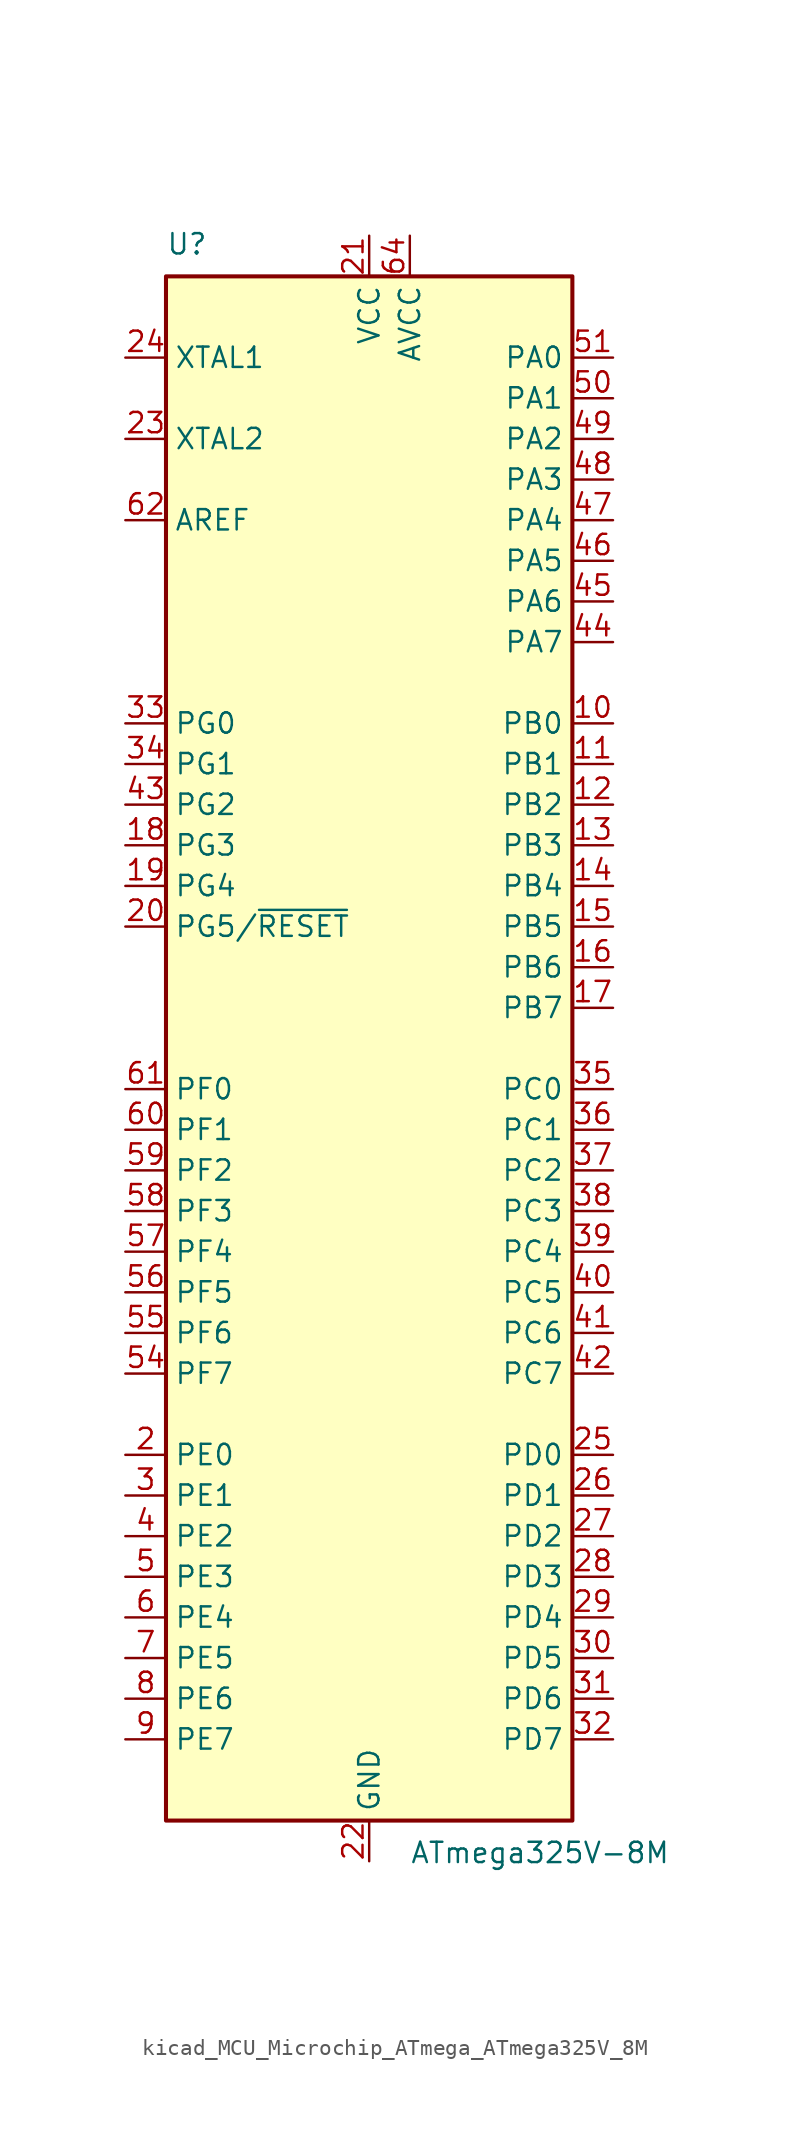
<source format=kicad_sym>
(kicad_symbol_lib
  (version 20220914)
  (generator kicad_symbol_editor)
  (symbol "kicad_MCU_Microchip_ATmega_ATmega325V_8M"
    (property "Reference" "U"
      (at -12.7 49.53 0)
      (effects (font (size 1.27 1.27)) (justify left bottom)))
    (property "Value" "ATmega325V-8M"
      (at 2.54 -49.53 0)
      (effects (font (size 1.27 1.27)) (justify left top)))
    (symbol "kicad_MCU_Microchip_ATmega_ATmega325V_8M_0_1"
      (rectangle (start -12.7 -48.26) (end 12.7 48.26) (stroke (width 0.254) (type default)) (fill (type background))))
    (symbol "kicad_MCU_Microchip_ATmega_ATmega325V_8M_1_1"
      (pin no_connect line (at -12.7 -45.72 0) (length 2.54) hide (name "NC" (effects (font (size 1.27 1.27)))) (number "1" (effects (font (size 1.27 1.27)))))
      (pin bidirectional line (at 15.24 20.32 180) (length 2.54) (name "PB0" (effects (font (size 1.27 1.27)))) (number "10" (effects (font (size 1.27 1.27)))))
      (pin bidirectional line (at 15.24 17.78 180) (length 2.54) (name "PB1" (effects (font (size 1.27 1.27)))) (number "11" (effects (font (size 1.27 1.27)))))
      (pin bidirectional line (at 15.24 15.24 180) (length 2.54) (name "PB2" (effects (font (size 1.27 1.27)))) (number "12" (effects (font (size 1.27 1.27)))))
      (pin bidirectional line (at 15.24 12.7 180) (length 2.54) (name "PB3" (effects (font (size 1.27 1.27)))) (number "13" (effects (font (size 1.27 1.27)))))
      (pin bidirectional line (at 15.24 10.16 180) (length 2.54) (name "PB4" (effects (font (size 1.27 1.27)))) (number "14" (effects (font (size 1.27 1.27)))))
      (pin bidirectional line (at 15.24 7.62 180) (length 2.54) (name "PB5" (effects (font (size 1.27 1.27)))) (number "15" (effects (font (size 1.27 1.27)))))
      (pin bidirectional line (at 15.24 5.08 180) (length 2.54) (name "PB6" (effects (font (size 1.27 1.27)))) (number "16" (effects (font (size 1.27 1.27)))))
      (pin bidirectional line (at 15.24 2.54 180) (length 2.54) (name "PB7" (effects (font (size 1.27 1.27)))) (number "17" (effects (font (size 1.27 1.27)))))
      (pin bidirectional line (at -15.24 12.7 0) (length 2.54) (name "PG3" (effects (font (size 1.27 1.27)))) (number "18" (effects (font (size 1.27 1.27)))))
      (pin bidirectional line (at -15.24 10.16 0) (length 2.54) (name "PG4" (effects (font (size 1.27 1.27)))) (number "19" (effects (font (size 1.27 1.27)))))
      (pin bidirectional line (at -15.24 -25.4 0) (length 2.54) (name "PE0" (effects (font (size 1.27 1.27)))) (number "2" (effects (font (size 1.27 1.27)))))
      (pin bidirectional line (at -15.24 7.62 0) (length 2.54) (name "PG5/~{RESET}" (effects (font (size 1.27 1.27)))) (number "20" (effects (font (size 1.27 1.27)))))
      (pin power_in line (at 0 50.8 270) (length 2.54) (name "VCC" (effects (font (size 1.27 1.27)))) (number "21" (effects (font (size 1.27 1.27)))))
      (pin power_in line (at 0 -50.8 90) (length 2.54) (name "GND" (effects (font (size 1.27 1.27)))) (number "22" (effects (font (size 1.27 1.27)))))
      (pin output line (at -15.24 38.1 0) (length 2.54) (name "XTAL2" (effects (font (size 1.27 1.27)))) (number "23" (effects (font (size 1.27 1.27)))))
      (pin input line (at -15.24 43.18 0) (length 2.54) (name "XTAL1" (effects (font (size 1.27 1.27)))) (number "24" (effects (font (size 1.27 1.27)))))
      (pin bidirectional line (at 15.24 -25.4 180) (length 2.54) (name "PD0" (effects (font (size 1.27 1.27)))) (number "25" (effects (font (size 1.27 1.27)))))
      (pin bidirectional line (at 15.24 -27.94 180) (length 2.54) (name "PD1" (effects (font (size 1.27 1.27)))) (number "26" (effects (font (size 1.27 1.27)))))
      (pin bidirectional line (at 15.24 -30.48 180) (length 2.54) (name "PD2" (effects (font (size 1.27 1.27)))) (number "27" (effects (font (size 1.27 1.27)))))
      (pin bidirectional line (at 15.24 -33.02 180) (length 2.54) (name "PD3" (effects (font (size 1.27 1.27)))) (number "28" (effects (font (size 1.27 1.27)))))
      (pin bidirectional line (at 15.24 -35.56 180) (length 2.54) (name "PD4" (effects (font (size 1.27 1.27)))) (number "29" (effects (font (size 1.27 1.27)))))
      (pin bidirectional line (at -15.24 -27.94 0) (length 2.54) (name "PE1" (effects (font (size 1.27 1.27)))) (number "3" (effects (font (size 1.27 1.27)))))
      (pin bidirectional line (at 15.24 -38.1 180) (length 2.54) (name "PD5" (effects (font (size 1.27 1.27)))) (number "30" (effects (font (size 1.27 1.27)))))
      (pin bidirectional line (at 15.24 -40.64 180) (length 2.54) (name "PD6" (effects (font (size 1.27 1.27)))) (number "31" (effects (font (size 1.27 1.27)))))
      (pin bidirectional line (at 15.24 -43.18 180) (length 2.54) (name "PD7" (effects (font (size 1.27 1.27)))) (number "32" (effects (font (size 1.27 1.27)))))
      (pin bidirectional line (at -15.24 20.32 0) (length 2.54) (name "PG0" (effects (font (size 1.27 1.27)))) (number "33" (effects (font (size 1.27 1.27)))))
      (pin bidirectional line (at -15.24 17.78 0) (length 2.54) (name "PG1" (effects (font (size 1.27 1.27)))) (number "34" (effects (font (size 1.27 1.27)))))
      (pin bidirectional line (at 15.24 -2.54 180) (length 2.54) (name "PC0" (effects (font (size 1.27 1.27)))) (number "35" (effects (font (size 1.27 1.27)))))
      (pin bidirectional line (at 15.24 -5.08 180) (length 2.54) (name "PC1" (effects (font (size 1.27 1.27)))) (number "36" (effects (font (size 1.27 1.27)))))
      (pin bidirectional line (at 15.24 -7.62 180) (length 2.54) (name "PC2" (effects (font (size 1.27 1.27)))) (number "37" (effects (font (size 1.27 1.27)))))
      (pin bidirectional line (at 15.24 -10.16 180) (length 2.54) (name "PC3" (effects (font (size 1.27 1.27)))) (number "38" (effects (font (size 1.27 1.27)))))
      (pin bidirectional line (at 15.24 -12.7 180) (length 2.54) (name "PC4" (effects (font (size 1.27 1.27)))) (number "39" (effects (font (size 1.27 1.27)))))
      (pin bidirectional line (at -15.24 -30.48 0) (length 2.54) (name "PE2" (effects (font (size 1.27 1.27)))) (number "4" (effects (font (size 1.27 1.27)))))
      (pin bidirectional line (at 15.24 -15.24 180) (length 2.54) (name "PC5" (effects (font (size 1.27 1.27)))) (number "40" (effects (font (size 1.27 1.27)))))
      (pin bidirectional line (at 15.24 -17.78 180) (length 2.54) (name "PC6" (effects (font (size 1.27 1.27)))) (number "41" (effects (font (size 1.27 1.27)))))
      (pin bidirectional line (at 15.24 -20.32 180) (length 2.54) (name "PC7" (effects (font (size 1.27 1.27)))) (number "42" (effects (font (size 1.27 1.27)))))
      (pin bidirectional line (at -15.24 15.24 0) (length 2.54) (name "PG2" (effects (font (size 1.27 1.27)))) (number "43" (effects (font (size 1.27 1.27)))))
      (pin bidirectional line (at 15.24 25.4 180) (length 2.54) (name "PA7" (effects (font (size 1.27 1.27)))) (number "44" (effects (font (size 1.27 1.27)))))
      (pin bidirectional line (at 15.24 27.94 180) (length 2.54) (name "PA6" (effects (font (size 1.27 1.27)))) (number "45" (effects (font (size 1.27 1.27)))))
      (pin bidirectional line (at 15.24 30.48 180) (length 2.54) (name "PA5" (effects (font (size 1.27 1.27)))) (number "46" (effects (font (size 1.27 1.27)))))
      (pin bidirectional line (at 15.24 33.02 180) (length 2.54) (name "PA4" (effects (font (size 1.27 1.27)))) (number "47" (effects (font (size 1.27 1.27)))))
      (pin bidirectional line (at 15.24 35.56 180) (length 2.54) (name "PA3" (effects (font (size 1.27 1.27)))) (number "48" (effects (font (size 1.27 1.27)))))
      (pin bidirectional line (at 15.24 38.1 180) (length 2.54) (name "PA2" (effects (font (size 1.27 1.27)))) (number "49" (effects (font (size 1.27 1.27)))))
      (pin bidirectional line (at -15.24 -33.02 0) (length 2.54) (name "PE3" (effects (font (size 1.27 1.27)))) (number "5" (effects (font (size 1.27 1.27)))))
      (pin bidirectional line (at 15.24 40.64 180) (length 2.54) (name "PA1" (effects (font (size 1.27 1.27)))) (number "50" (effects (font (size 1.27 1.27)))))
      (pin bidirectional line (at 15.24 43.18 180) (length 2.54) (name "PA0" (effects (font (size 1.27 1.27)))) (number "51" (effects (font (size 1.27 1.27)))))
      (pin passive line (at 0 50.8 270) (length 2.54) hide (name "VCC" (effects (font (size 1.27 1.27)))) (number "52" (effects (font (size 1.27 1.27)))))
      (pin passive line (at 0 -50.8 90) (length 2.54) hide (name "GND" (effects (font (size 1.27 1.27)))) (number "53" (effects (font (size 1.27 1.27)))))
      (pin bidirectional line (at -15.24 -20.32 0) (length 2.54) (name "PF7" (effects (font (size 1.27 1.27)))) (number "54" (effects (font (size 1.27 1.27)))))
      (pin bidirectional line (at -15.24 -17.78 0) (length 2.54) (name "PF6" (effects (font (size 1.27 1.27)))) (number "55" (effects (font (size 1.27 1.27)))))
      (pin bidirectional line (at -15.24 -15.24 0) (length 2.54) (name "PF5" (effects (font (size 1.27 1.27)))) (number "56" (effects (font (size 1.27 1.27)))))
      (pin bidirectional line (at -15.24 -12.7 0) (length 2.54) (name "PF4" (effects (font (size 1.27 1.27)))) (number "57" (effects (font (size 1.27 1.27)))))
      (pin bidirectional line (at -15.24 -10.16 0) (length 2.54) (name "PF3" (effects (font (size 1.27 1.27)))) (number "58" (effects (font (size 1.27 1.27)))))
      (pin bidirectional line (at -15.24 -7.62 0) (length 2.54) (name "PF2" (effects (font (size 1.27 1.27)))) (number "59" (effects (font (size 1.27 1.27)))))
      (pin bidirectional line (at -15.24 -35.56 0) (length 2.54) (name "PE4" (effects (font (size 1.27 1.27)))) (number "6" (effects (font (size 1.27 1.27)))))
      (pin bidirectional line (at -15.24 -5.08 0) (length 2.54) (name "PF1" (effects (font (size 1.27 1.27)))) (number "60" (effects (font (size 1.27 1.27)))))
      (pin bidirectional line (at -15.24 -2.54 0) (length 2.54) (name "PF0" (effects (font (size 1.27 1.27)))) (number "61" (effects (font (size 1.27 1.27)))))
      (pin passive line (at -15.24 33.02 0) (length 2.54) (name "AREF" (effects (font (size 1.27 1.27)))) (number "62" (effects (font (size 1.27 1.27)))))
      (pin passive line (at 0 -50.8 90) (length 2.54) hide (name "GND" (effects (font (size 1.27 1.27)))) (number "63" (effects (font (size 1.27 1.27)))))
      (pin power_in line (at 2.54 50.8 270) (length 2.54) (name "AVCC" (effects (font (size 1.27 1.27)))) (number "64" (effects (font (size 1.27 1.27)))))
      (pin passive line (at 0 -50.8 90) (length 2.54) hide (name "GND" (effects (font (size 1.27 1.27)))) (number "65" (effects (font (size 1.27 1.27)))))
      (pin bidirectional line (at -15.24 -38.1 0) (length 2.54) (name "PE5" (effects (font (size 1.27 1.27)))) (number "7" (effects (font (size 1.27 1.27)))))
      (pin bidirectional line (at -15.24 -40.64 0) (length 2.54) (name "PE6" (effects (font (size 1.27 1.27)))) (number "8" (effects (font (size 1.27 1.27)))))
      (pin bidirectional line (at -15.24 -43.18 0) (length 2.54) (name "PE7" (effects (font (size 1.27 1.27)))) (number "9" (effects (font (size 1.27 1.27))))))))
</source>
